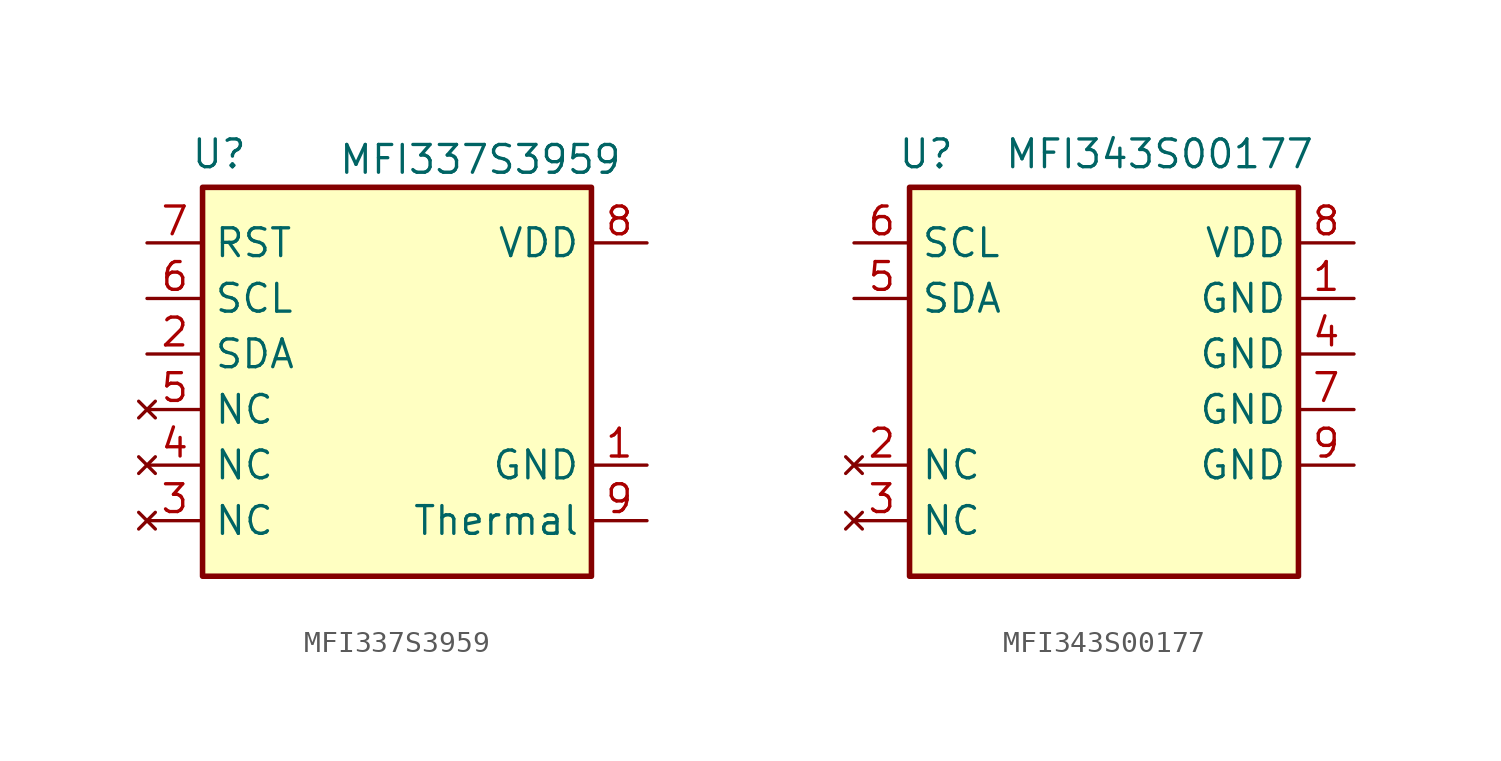
<source format=kicad_sym>
(kicad_symbol_lib
  (version 20241209)
  (generator "kicad_symbol_editor")
  (generator_version "9.0")
  (symbol "MFI337S3959"
    (property "Reference" "U"
      (at -4.318 9.144 0)
      (effects (font (size 1.27 1.27))))
    (property "Value" "MFI337S3959"
      (at 7.62 8.89 0)
      (effects (font (size 1.27 1.27))))
    (symbol "MFI337S3959_0_1"
      (rectangle (start -5.08 7.62) (end 12.7 -10.16) (stroke (width 0.254) (type default)) (fill (type background))))
    (symbol "MFI337S3959_1_1"
      (pin input line (at -7.62 5.08 0) (length 2.54) (name "RST" (effects (font (size 1.27 1.27)))) (number "7" (effects (font (size 1.27 1.27)))))
      (pin bidirectional line (at -7.62 2.54 0) (length 2.54) (name "SCL" (effects (font (size 1.27 1.27)))) (number "6" (effects (font (size 1.27 1.27)))))
      (pin bidirectional line (at -7.62 0 0) (length 2.54) (name "SDA" (effects (font (size 1.27 1.27)))) (number "2" (effects (font (size 1.27 1.27)))))
      (pin no_connect line (at -7.62 -2.54 0) (length 2.54) (name "NC" (effects (font (size 1.27 1.27)))) (number "5" (effects (font (size 1.27 1.27)))))
      (pin no_connect line (at -7.62 -5.08 0) (length 2.54) (name "NC" (effects (font (size 1.27 1.27)))) (number "4" (effects (font (size 1.27 1.27)))))
      (pin no_connect line (at -7.62 -7.62 0) (length 2.54) (name "NC" (effects (font (size 1.27 1.27)))) (number "3" (effects (font (size 1.27 1.27)))))
      (pin power_in line (at 15.24 5.08 180) (length 2.54) (name "VDD" (effects (font (size 1.27 1.27)))) (number "8" (effects (font (size 1.27 1.27)))))
      (pin power_in line (at 15.24 -5.08 180) (length 2.54) (name "GND" (effects (font (size 1.27 1.27)))) (number "1" (effects (font (size 1.27 1.27)))))
      (pin power_in line (at 15.24 -7.62 180) (length 2.54) (name "Thermal" (effects (font (size 1.27 1.27)))) (number "9" (effects (font (size 1.27 1.27)))))))
  (symbol "MFI343S00177"
    (property "Reference" "U"
      (at -4.318 9.144 0)
      (effects (font (size 1.27 1.27))))
    (property "Value" "MFI343S00177"
      (at 6.35 9.144 0)
      (effects (font (size 1.27 1.27))))
    (symbol "MFI343S00177_0_1"
      (rectangle (start -5.08 7.62) (end 12.7 -10.16) (stroke (width 0.254) (type default)) (fill (type background))))
    (symbol "MFI343S00177_1_1"
      (pin bidirectional line (at -7.62 5.08 0) (length 2.54) (name "SCL" (effects (font (size 1.27 1.27)))) (number "6" (effects (font (size 1.27 1.27)))))
      (pin bidirectional line (at -7.62 2.54 0) (length 2.54) (name "SDA" (effects (font (size 1.27 1.27)))) (number "5" (effects (font (size 1.27 1.27)))))
      (pin no_connect line (at -7.62 -5.08 0) (length 2.54) (name "NC" (effects (font (size 1.27 1.27)))) (number "2" (effects (font (size 1.27 1.27)))))
      (pin no_connect line (at -7.62 -7.62 0) (length 2.54) (name "NC" (effects (font (size 1.27 1.27)))) (number "3" (effects (font (size 1.27 1.27)))))
      (pin power_in line (at 15.24 5.08 180) (length 2.54) (name "VDD" (effects (font (size 1.27 1.27)))) (number "8" (effects (font (size 1.27 1.27)))))
      (pin power_in line (at 15.24 2.54 180) (length 2.54) (name "GND" (effects (font (size 1.27 1.27)))) (number "1" (effects (font (size 1.27 1.27)))))
      (pin power_in line (at 15.24 0 180) (length 2.54) (name "GND" (effects (font (size 1.27 1.27)))) (number "4" (effects (font (size 1.27 1.27)))))
      (pin power_in line (at 15.24 -2.54 180) (length 2.54) (name "GND" (effects (font (size 1.27 1.27)))) (number "7" (effects (font (size 1.27 1.27)))))
      (pin power_in line (at 15.24 -5.08 180) (length 2.54) (name "GND" (effects (font (size 1.27 1.27)))) (number "9" (effects (font (size 1.27 1.27))))))))
</source>
